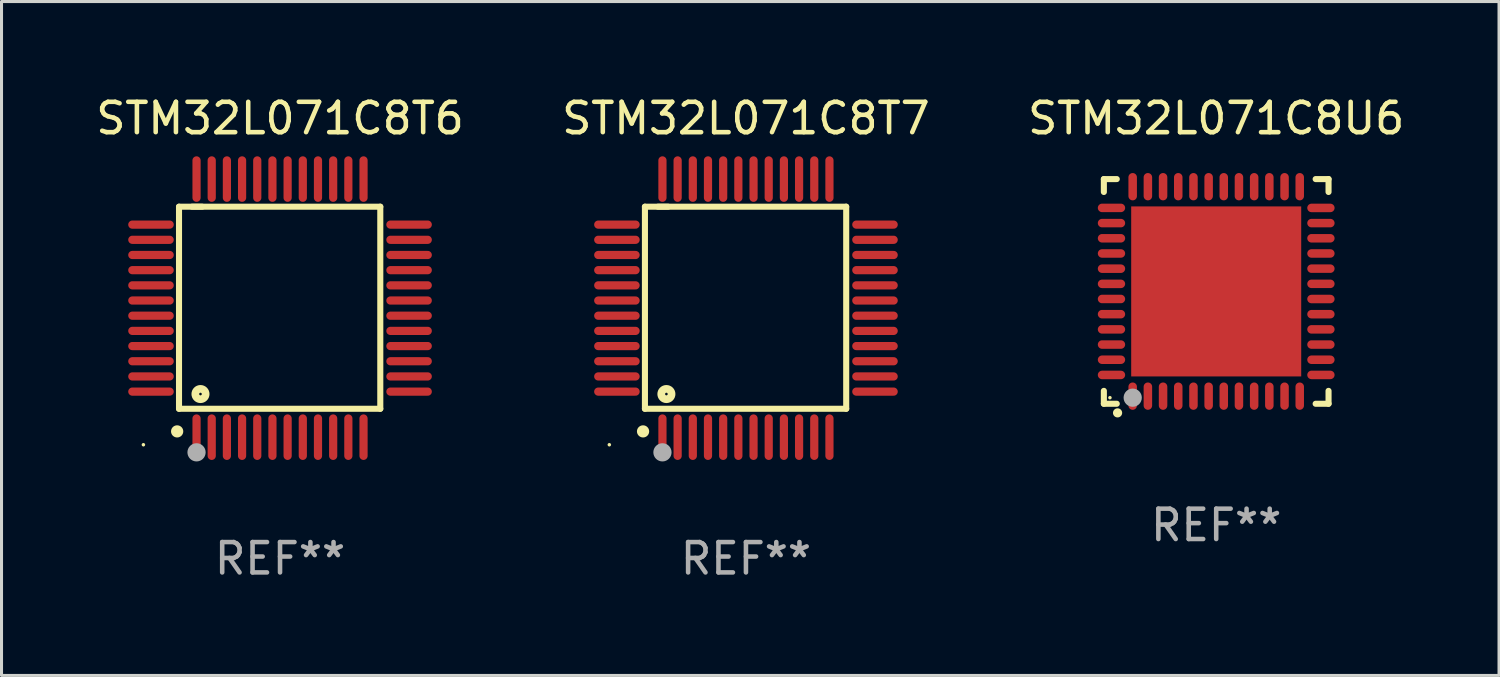
<source format=kicad_pcb>
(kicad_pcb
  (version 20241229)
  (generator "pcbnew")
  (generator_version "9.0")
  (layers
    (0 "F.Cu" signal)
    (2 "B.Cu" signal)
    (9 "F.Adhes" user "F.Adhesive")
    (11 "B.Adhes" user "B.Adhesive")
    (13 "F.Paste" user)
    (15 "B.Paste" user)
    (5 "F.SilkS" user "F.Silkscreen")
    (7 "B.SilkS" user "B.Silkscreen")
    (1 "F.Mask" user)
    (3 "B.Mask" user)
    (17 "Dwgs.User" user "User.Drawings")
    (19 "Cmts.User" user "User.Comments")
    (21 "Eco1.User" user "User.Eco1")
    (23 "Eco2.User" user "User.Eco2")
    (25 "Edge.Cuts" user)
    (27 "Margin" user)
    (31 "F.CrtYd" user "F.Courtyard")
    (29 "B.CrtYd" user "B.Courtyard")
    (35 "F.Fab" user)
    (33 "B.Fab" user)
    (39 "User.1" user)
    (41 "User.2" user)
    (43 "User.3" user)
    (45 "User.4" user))
  (footprint "STM32L071C8T6"
    (layer "F.Cu")
    (at 6.173 7.098)
    (property "Reference" "STM32L071C8T6" (at 0 -6.25 0) (layer "F.SilkS") (effects (font (size 1 1) (thickness 0.15))))
    (attr through_hole)
    (fp_line (start -3.327 -3.34) (end -2.565 -3.34) (stroke (width 0.2) (type solid)) (layer "F.SilkS"))
    (fp_line (start -3.327 3.315) (end -3.327 -3.34) (stroke (width 0.2) (type solid)) (layer "F.SilkS"))
    (fp_line (start -2.896 -3.34) (end 3.302 -3.34) (stroke (width 0.2) (type solid)) (layer "F.SilkS"))
    (fp_line (start 3.302 -3.34) (end 3.302 3.315) (stroke (width 0.2) (type solid)) (layer "F.SilkS"))
    (fp_line (start 3.302 3.315) (end -3.327 3.315) (stroke (width 0.2) (type solid)) (layer "F.SilkS"))
    (fp_arc (start -3.389992 4.059995) (mid -3.388722 4.059991) (end -3.387452 4.059995) (stroke (width 0.4) (type solid)) (layer "F.SilkS"))
    (fp_circle (center -4.5 4.5) (end -4.47 4.5) (stroke (width 0.06) (type solid)) (fill no) (layer "F.SilkS"))
    (fp_circle (center -2.62 2.83) (end -2.45 2.83) (stroke (width 0.254) (type solid)) (fill no) (layer "F.SilkS"))
    (fp_circle (center -2.75 4.75) (end -2.6 4.75) (stroke (width 0.3) (type solid)) (fill no) (layer "F.Fab"))
    (fp_text user "REF**" (at 0 8.25 0) (layer "F.Fab") (effects (font (size 1 1) (thickness 0.15))))
    (pad "1" smd oval (at -2.75 4.25) (size 0.27 1.5) (layers "F.Cu" "F.Mask" "F.Paste"))
    (pad "2" smd oval (at -2.25 4.25) (size 0.27 1.5) (layers "F.Cu" "F.Mask" "F.Paste"))
    (pad "3" smd oval (at -1.75 4.25) (size 0.27 1.5) (layers "F.Cu" "F.Mask" "F.Paste"))
    (pad "4" smd oval (at -1.25 4.25) (size 0.27 1.5) (layers "F.Cu" "F.Mask" "F.Paste"))
    (pad "5" smd oval (at -0.75 4.25) (size 0.27 1.5) (layers "F.Cu" "F.Mask" "F.Paste"))
    (pad "6" smd oval (at -0.25 4.25) (size 0.27 1.5) (layers "F.Cu" "F.Mask" "F.Paste"))
    (pad "7" smd oval (at 0.25 4.25) (size 0.27 1.5) (layers "F.Cu" "F.Mask" "F.Paste"))
    (pad "8" smd oval (at 0.75 4.25) (size 0.27 1.5) (layers "F.Cu" "F.Mask" "F.Paste"))
    (pad "9" smd oval (at 1.25 4.25) (size 0.27 1.5) (layers "F.Cu" "F.Mask" "F.Paste"))
    (pad "10" smd oval (at 1.75 4.25) (size 0.27 1.5) (layers "F.Cu" "F.Mask" "F.Paste"))
    (pad "11" smd oval (at 2.25 4.25) (size 0.27 1.5) (layers "F.Cu" "F.Mask" "F.Paste"))
    (pad "12" smd oval (at 2.75 4.25) (size 0.27 1.5) (layers "F.Cu" "F.Mask" "F.Paste"))
    (pad "13" smd oval (at 4.25 2.75) (size 1.5 0.27) (layers "F.Cu" "F.Mask" "F.Paste"))
    (pad "14" smd oval (at 4.25 2.25) (size 1.5 0.27) (layers "F.Cu" "F.Mask" "F.Paste"))
    (pad "15" smd oval (at 4.25 1.75) (size 1.5 0.27) (layers "F.Cu" "F.Mask" "F.Paste"))
    (pad "16" smd oval (at 4.25 1.25) (size 1.5 0.27) (layers "F.Cu" "F.Mask" "F.Paste"))
    (pad "17" smd oval (at 4.25 0.75) (size 1.5 0.27) (layers "F.Cu" "F.Mask" "F.Paste"))
    (pad "18" smd oval (at 4.25 0.25) (size 1.5 0.27) (layers "F.Cu" "F.Mask" "F.Paste"))
    (pad "19" smd oval (at 4.25 -0.25) (size 1.5 0.27) (layers "F.Cu" "F.Mask" "F.Paste"))
    (pad "20" smd oval (at 4.25 -0.75) (size 1.5 0.27) (layers "F.Cu" "F.Mask" "F.Paste"))
    (pad "21" smd oval (at 4.25 -1.25) (size 1.5 0.27) (layers "F.Cu" "F.Mask" "F.Paste"))
    (pad "22" smd oval (at 4.25 -1.75) (size 1.5 0.27) (layers "F.Cu" "F.Mask" "F.Paste"))
    (pad "23" smd oval (at 4.25 -2.25) (size 1.5 0.27) (layers "F.Cu" "F.Mask" "F.Paste"))
    (pad "24" smd oval (at 4.25 -2.75) (size 1.5 0.27) (layers "F.Cu" "F.Mask" "F.Paste"))
    (pad "25" smd oval (at 2.75 -4.25) (size 0.27 1.5) (layers "F.Cu" "F.Mask" "F.Paste"))
    (pad "26" smd oval (at 2.25 -4.25) (size 0.27 1.5) (layers "F.Cu" "F.Mask" "F.Paste"))
    (pad "27" smd oval (at 1.75 -4.25) (size 0.27 1.5) (layers "F.Cu" "F.Mask" "F.Paste"))
    (pad "28" smd oval (at 1.25 -4.25) (size 0.27 1.5) (layers "F.Cu" "F.Mask" "F.Paste"))
    (pad "29" smd oval (at 0.75 -4.25) (size 0.27 1.5) (layers "F.Cu" "F.Mask" "F.Paste"))
    (pad "30" smd oval (at 0.25 -4.25) (size 0.27 1.5) (layers "F.Cu" "F.Mask" "F.Paste"))
    (pad "31" smd oval (at -0.25 -4.25) (size 0.27 1.5) (layers "F.Cu" "F.Mask" "F.Paste"))
    (pad "32" smd oval (at -0.75 -4.25) (size 0.27 1.5) (layers "F.Cu" "F.Mask" "F.Paste"))
    (pad "33" smd oval (at -1.25 -4.25) (size 0.27 1.5) (layers "F.Cu" "F.Mask" "F.Paste"))
    (pad "34" smd oval (at -1.75 -4.25) (size 0.27 1.5) (layers "F.Cu" "F.Mask" "F.Paste"))
    (pad "35" smd oval (at -2.25 -4.25) (size 0.27 1.5) (layers "F.Cu" "F.Mask" "F.Paste"))
    (pad "36" smd oval (at -2.75 -4.25) (size 0.27 1.5) (layers "F.Cu" "F.Mask" "F.Paste"))
    (pad "37" smd oval (at -4.25 -2.75) (size 1.5 0.27) (layers "F.Cu" "F.Mask" "F.Paste"))
    (pad "38" smd oval (at -4.25 -2.25) (size 1.5 0.27) (layers "F.Cu" "F.Mask" "F.Paste"))
    (pad "39" smd oval (at -4.25 -1.75) (size 1.5 0.27) (layers "F.Cu" "F.Mask" "F.Paste"))
    (pad "40" smd oval (at -4.25 -1.25) (size 1.5 0.27) (layers "F.Cu" "F.Mask" "F.Paste"))
    (pad "41" smd oval (at -4.25 -0.75) (size 1.5 0.27) (layers "F.Cu" "F.Mask" "F.Paste"))
    (pad "42" smd oval (at -4.25 -0.25) (size 1.5 0.27) (layers "F.Cu" "F.Mask" "F.Paste"))
    (pad "43" smd oval (at -4.25 0.25) (size 1.5 0.27) (layers "F.Cu" "F.Mask" "F.Paste"))
    (pad "44" smd oval (at -4.25 0.75) (size 1.5 0.27) (layers "F.Cu" "F.Mask" "F.Paste"))
    (pad "45" smd oval (at -4.25 1.25) (size 1.5 0.27) (layers "F.Cu" "F.Mask" "F.Paste"))
    (pad "46" smd oval (at -4.25 1.75) (size 1.5 0.27) (layers "F.Cu" "F.Mask" "F.Paste"))
    (pad "47" smd oval (at -4.25 2.25) (size 1.5 0.27) (layers "F.Cu" "F.Mask" "F.Paste"))
    (pad "48" smd oval (at -4.25 2.75) (size 1.5 0.27) (layers "F.Cu" "F.Mask" "F.Paste")))
  (footprint "STM32L071C8U6"
    (layer "F.Cu")
    (at 37.006 6.548)
    (property "Reference" "STM32L071C8U6" (at 0 -5.7 0) (layer "F.SilkS") (effects (font (size 1 1) (thickness 0.15))))
    (attr through_hole)
    (fp_line (start -3.7 -3.7) (end -3.275 -3.7) (stroke (width 0.2) (type solid)) (layer "F.SilkS"))
    (fp_line (start -3.7 -3.275) (end -3.7 -3.7) (stroke (width 0.2) (type solid)) (layer "F.SilkS"))
    (fp_line (start -3.7 3.7) (end -3.7 3.275) (stroke (width 0.2) (type solid)) (layer "F.SilkS"))
    (fp_line (start -3.275 3.7) (end -3.7 3.7) (stroke (width 0.2) (type solid)) (layer "F.SilkS"))
    (fp_line (start 3.7 -3.7) (end 3.275 -3.7) (stroke (width 0.2) (type solid)) (layer "F.SilkS"))
    (fp_line (start 3.7 -3.275) (end 3.7 -3.7) (stroke (width 0.2) (type solid)) (layer "F.SilkS"))
    (fp_line (start 3.7 3.275) (end 3.7 3.7) (stroke (width 0.2) (type solid)) (layer "F.SilkS"))
    (fp_line (start 3.7 3.7) (end 3.275 3.7) (stroke (width 0.2) (type solid)) (layer "F.SilkS"))
    (fp_arc (start -3.249936 3.999975) (mid -3.248666 3.99997) (end -3.247396 3.999975) (stroke (width 0.3) (type solid)) (layer "F.SilkS"))
    (fp_circle (center -3.5 3.5) (end -3.47 3.5) (stroke (width 0.06) (type solid)) (fill no) (layer "F.SilkS"))
    (fp_circle (center -2.75 3.5) (end -2.6 3.5) (stroke (width 0.3) (type solid)) (fill no) (layer "F.Fab"))
    (fp_text user "REF**" (at 0 7.7 0) (layer "F.Fab") (effects (font (size 1 1) (thickness 0.15))))
    (pad "1" smd oval (at -2.751 3.449) (size 0.28 0.9) (layers "F.Cu" "F.Mask" "F.Paste"))
    (pad "2" smd oval (at -2.25 3.449) (size 0.28 0.9) (layers "F.Cu" "F.Mask" "F.Paste"))
    (pad "3" smd oval (at -1.75 3.449) (size 0.28 0.9) (layers "F.Cu" "F.Mask" "F.Paste"))
    (pad "4" smd oval (at -1.25 3.449) (size 0.28 0.9) (layers "F.Cu" "F.Mask" "F.Paste"))
    (pad "5" smd oval (at -0.749 3.449) (size 0.28 0.9) (layers "F.Cu" "F.Mask" "F.Paste"))
    (pad "6" smd oval (at -0.249 3.449) (size 0.28 0.9) (layers "F.Cu" "F.Mask" "F.Paste"))
    (pad "7" smd oval (at 0.249 3.449) (size 0.28 0.9) (layers "F.Cu" "F.Mask" "F.Paste"))
    (pad "8" smd oval (at 0.749 3.449) (size 0.28 0.9) (layers "F.Cu" "F.Mask" "F.Paste"))
    (pad "9" smd oval (at 1.25 3.449) (size 0.28 0.9) (layers "F.Cu" "F.Mask" "F.Paste"))
    (pad "10" smd oval (at 1.75 3.449) (size 0.28 0.9) (layers "F.Cu" "F.Mask" "F.Paste"))
    (pad "11" smd oval (at 2.251 3.449) (size 0.28 0.9) (layers "F.Cu" "F.Mask" "F.Paste"))
    (pad "12" smd oval (at 2.751 3.449) (size 0.28 0.9) (layers "F.Cu" "F.Mask" "F.Paste"))
    (pad "13" smd oval (at 3.449 2.75) (size 0.9 0.28) (layers "F.Cu" "F.Mask" "F.Paste"))
    (pad "14" smd oval (at 3.449 2.25) (size 0.9 0.28) (layers "F.Cu" "F.Mask" "F.Paste"))
    (pad "15" smd oval (at 3.449 1.75) (size 0.9 0.28) (layers "F.Cu" "F.Mask" "F.Paste"))
    (pad "16" smd oval (at 3.449 1.25) (size 0.9 0.28) (layers "F.Cu" "F.Mask" "F.Paste"))
    (pad "17" smd oval (at 3.449 0.75) (size 0.9 0.28) (layers "F.Cu" "F.Mask" "F.Paste"))
    (pad "18" smd oval (at 3.449 0.25) (size 0.9 0.28) (layers "F.Cu" "F.Mask" "F.Paste"))
    (pad "19" smd oval (at 3.449 -0.25) (size 0.9 0.28) (layers "F.Cu" "F.Mask" "F.Paste"))
    (pad "20" smd oval (at 3.449 -0.75) (size 0.9 0.28) (layers "F.Cu" "F.Mask" "F.Paste"))
    (pad "21" smd oval (at 3.449 -1.25) (size 0.9 0.28) (layers "F.Cu" "F.Mask" "F.Paste"))
    (pad "22" smd oval (at 3.449 -1.75) (size 0.9 0.28) (layers "F.Cu" "F.Mask" "F.Paste"))
    (pad "23" smd oval (at 3.449 -2.25) (size 0.9 0.28) (layers "F.Cu" "F.Mask" "F.Paste"))
    (pad "24" smd oval (at 3.449 -2.75) (size 0.9 0.28) (layers "F.Cu" "F.Mask" "F.Paste"))
    (pad "25" smd oval (at 2.751 -3.449) (size 0.28 0.9) (layers "F.Cu" "F.Mask" "F.Paste"))
    (pad "26" smd oval (at 2.251 -3.449) (size 0.28 0.9) (layers "F.Cu" "F.Mask" "F.Paste"))
    (pad "27" smd oval (at 1.75 -3.449) (size 0.28 0.9) (layers "F.Cu" "F.Mask" "F.Paste"))
    (pad "28" smd oval (at 1.25 -3.449) (size 0.28 0.9) (layers "F.Cu" "F.Mask" "F.Paste"))
    (pad "29" smd oval (at 0.749 -3.449) (size 0.28 0.9) (layers "F.Cu" "F.Mask" "F.Paste"))
    (pad "30" smd oval (at 0.249 -3.449) (size 0.28 0.9) (layers "F.Cu" "F.Mask" "F.Paste"))
    (pad "31" smd oval (at -0.249 -3.449) (size 0.28 0.9) (layers "F.Cu" "F.Mask" "F.Paste"))
    (pad "32" smd oval (at -0.749 -3.449) (size 0.28 0.9) (layers "F.Cu" "F.Mask" "F.Paste"))
    (pad "33" smd oval (at -1.25 -3.449) (size 0.28 0.9) (layers "F.Cu" "F.Mask" "F.Paste"))
    (pad "34" smd oval (at -1.75 -3.449) (size 0.28 0.9) (layers "F.Cu" "F.Mask" "F.Paste"))
    (pad "35" smd oval (at -2.25 -3.449) (size 0.28 0.9) (layers "F.Cu" "F.Mask" "F.Paste"))
    (pad "36" smd oval (at -2.751 -3.449) (size 0.28 0.9) (layers "F.Cu" "F.Mask" "F.Paste"))
    (pad "37" smd oval (at -3.449 -2.751) (size 0.9 0.28) (layers "F.Cu" "F.Mask" "F.Paste"))
    (pad "38" smd oval (at -3.449 -2.25) (size 0.9 0.28) (layers "F.Cu" "F.Mask" "F.Paste"))
    (pad "39" smd oval (at -3.449 -1.75) (size 0.9 0.28) (layers "F.Cu" "F.Mask" "F.Paste"))
    (pad "40" smd oval (at -3.449 -1.25) (size 0.9 0.28) (layers "F.Cu" "F.Mask" "F.Paste"))
    (pad "41" smd oval (at -3.449 -0.749) (size 0.9 0.28) (layers "F.Cu" "F.Mask" "F.Paste"))
    (pad "42" smd oval (at -3.449 -0.249) (size 0.9 0.28) (layers "F.Cu" "F.Mask" "F.Paste"))
    (pad "43" smd oval (at -3.449 0.249) (size 0.9 0.28) (layers "F.Cu" "F.Mask" "F.Paste"))
    (pad "44" smd oval (at -3.449 0.749) (size 0.9 0.28) (layers "F.Cu" "F.Mask" "F.Paste"))
    (pad "45" smd oval (at -3.449 1.25) (size 0.9 0.28) (layers "F.Cu" "F.Mask" "F.Paste"))
    (pad "46" smd oval (at -3.449 1.75) (size 0.9 0.28) (layers "F.Cu" "F.Mask" "F.Paste"))
    (pad "47" smd oval (at -3.449 2.25) (size 0.9 0.28) (layers "F.Cu" "F.Mask" "F.Paste"))
    (pad "48" smd oval (at -3.449 2.751) (size 0.9 0.28) (layers "F.Cu" "F.Mask" "F.Paste"))
    (pad "49" smd rect (at 0.000076 -0.000025) (size 5.6 5.6) (layers "F.Cu" "F.Mask" "F.Paste")))
  (footprint "STM32L071C8T7"
    (layer "F.Cu")
    (at 21.518 7.098)
    (property "Reference" "STM32L071C8T7" (at 0 -6.25 0) (layer "F.SilkS") (effects (font (size 1 1) (thickness 0.15))))
    (attr through_hole)
    (fp_line (start -3.327 -3.34) (end -2.565 -3.34) (stroke (width 0.2) (type solid)) (layer "F.SilkS"))
    (fp_line (start -3.327 3.315) (end -3.327 -3.34) (stroke (width 0.2) (type solid)) (layer "F.SilkS"))
    (fp_line (start -2.896 -3.34) (end 3.302 -3.34) (stroke (width 0.2) (type solid)) (layer "F.SilkS"))
    (fp_line (start 3.302 -3.34) (end 3.302 3.315) (stroke (width 0.2) (type solid)) (layer "F.SilkS"))
    (fp_line (start 3.302 3.315) (end -3.327 3.315) (stroke (width 0.2) (type solid)) (layer "F.SilkS"))
    (fp_arc (start -3.389992 4.059995) (mid -3.388722 4.059991) (end -3.387452 4.059995) (stroke (width 0.4) (type solid)) (layer "F.SilkS"))
    (fp_circle (center -4.5 4.5) (end -4.47 4.5) (stroke (width 0.06) (type solid)) (fill no) (layer "F.SilkS"))
    (fp_circle (center -2.62 2.83) (end -2.45 2.83) (stroke (width 0.254) (type solid)) (fill no) (layer "F.SilkS"))
    (fp_circle (center -2.75 4.75) (end -2.6 4.75) (stroke (width 0.3) (type solid)) (fill no) (layer "F.Fab"))
    (fp_text user "REF**" (at 0 8.25 0) (layer "F.Fab") (effects (font (size 1 1) (thickness 0.15))))
    (pad "1" smd oval (at -2.75 4.25) (size 0.27 1.5) (layers "F.Cu" "F.Mask" "F.Paste"))
    (pad "2" smd oval (at -2.25 4.25) (size 0.27 1.5) (layers "F.Cu" "F.Mask" "F.Paste"))
    (pad "3" smd oval (at -1.75 4.25) (size 0.27 1.5) (layers "F.Cu" "F.Mask" "F.Paste"))
    (pad "4" smd oval (at -1.25 4.25) (size 0.27 1.5) (layers "F.Cu" "F.Mask" "F.Paste"))
    (pad "5" smd oval (at -0.75 4.25) (size 0.27 1.5) (layers "F.Cu" "F.Mask" "F.Paste"))
    (pad "6" smd oval (at -0.25 4.25) (size 0.27 1.5) (layers "F.Cu" "F.Mask" "F.Paste"))
    (pad "7" smd oval (at 0.25 4.25) (size 0.27 1.5) (layers "F.Cu" "F.Mask" "F.Paste"))
    (pad "8" smd oval (at 0.75 4.25) (size 0.27 1.5) (layers "F.Cu" "F.Mask" "F.Paste"))
    (pad "9" smd oval (at 1.25 4.25) (size 0.27 1.5) (layers "F.Cu" "F.Mask" "F.Paste"))
    (pad "10" smd oval (at 1.75 4.25) (size 0.27 1.5) (layers "F.Cu" "F.Mask" "F.Paste"))
    (pad "11" smd oval (at 2.25 4.25) (size 0.27 1.5) (layers "F.Cu" "F.Mask" "F.Paste"))
    (pad "12" smd oval (at 2.75 4.25) (size 0.27 1.5) (layers "F.Cu" "F.Mask" "F.Paste"))
    (pad "13" smd oval (at 4.25 2.75) (size 1.5 0.27) (layers "F.Cu" "F.Mask" "F.Paste"))
    (pad "14" smd oval (at 4.25 2.25) (size 1.5 0.27) (layers "F.Cu" "F.Mask" "F.Paste"))
    (pad "15" smd oval (at 4.25 1.75) (size 1.5 0.27) (layers "F.Cu" "F.Mask" "F.Paste"))
    (pad "16" smd oval (at 4.25 1.25) (size 1.5 0.27) (layers "F.Cu" "F.Mask" "F.Paste"))
    (pad "17" smd oval (at 4.25 0.75) (size 1.5 0.27) (layers "F.Cu" "F.Mask" "F.Paste"))
    (pad "18" smd oval (at 4.25 0.25) (size 1.5 0.27) (layers "F.Cu" "F.Mask" "F.Paste"))
    (pad "19" smd oval (at 4.25 -0.25) (size 1.5 0.27) (layers "F.Cu" "F.Mask" "F.Paste"))
    (pad "20" smd oval (at 4.25 -0.75) (size 1.5 0.27) (layers "F.Cu" "F.Mask" "F.Paste"))
    (pad "21" smd oval (at 4.25 -1.25) (size 1.5 0.27) (layers "F.Cu" "F.Mask" "F.Paste"))
    (pad "22" smd oval (at 4.25 -1.75) (size 1.5 0.27) (layers "F.Cu" "F.Mask" "F.Paste"))
    (pad "23" smd oval (at 4.25 -2.25) (size 1.5 0.27) (layers "F.Cu" "F.Mask" "F.Paste"))
    (pad "24" smd oval (at 4.25 -2.75) (size 1.5 0.27) (layers "F.Cu" "F.Mask" "F.Paste"))
    (pad "25" smd oval (at 2.75 -4.25) (size 0.27 1.5) (layers "F.Cu" "F.Mask" "F.Paste"))
    (pad "26" smd oval (at 2.25 -4.25) (size 0.27 1.5) (layers "F.Cu" "F.Mask" "F.Paste"))
    (pad "27" smd oval (at 1.75 -4.25) (size 0.27 1.5) (layers "F.Cu" "F.Mask" "F.Paste"))
    (pad "28" smd oval (at 1.25 -4.25) (size 0.27 1.5) (layers "F.Cu" "F.Mask" "F.Paste"))
    (pad "29" smd oval (at 0.75 -4.25) (size 0.27 1.5) (layers "F.Cu" "F.Mask" "F.Paste"))
    (pad "30" smd oval (at 0.25 -4.25) (size 0.27 1.5) (layers "F.Cu" "F.Mask" "F.Paste"))
    (pad "31" smd oval (at -0.25 -4.25) (size 0.27 1.5) (layers "F.Cu" "F.Mask" "F.Paste"))
    (pad "32" smd oval (at -0.75 -4.25) (size 0.27 1.5) (layers "F.Cu" "F.Mask" "F.Paste"))
    (pad "33" smd oval (at -1.25 -4.25) (size 0.27 1.5) (layers "F.Cu" "F.Mask" "F.Paste"))
    (pad "34" smd oval (at -1.75 -4.25) (size 0.27 1.5) (layers "F.Cu" "F.Mask" "F.Paste"))
    (pad "35" smd oval (at -2.25 -4.25) (size 0.27 1.5) (layers "F.Cu" "F.Mask" "F.Paste"))
    (pad "36" smd oval (at -2.75 -4.25) (size 0.27 1.5) (layers "F.Cu" "F.Mask" "F.Paste"))
    (pad "37" smd oval (at -4.25 -2.75) (size 1.5 0.27) (layers "F.Cu" "F.Mask" "F.Paste"))
    (pad "38" smd oval (at -4.25 -2.25) (size 1.5 0.27) (layers "F.Cu" "F.Mask" "F.Paste"))
    (pad "39" smd oval (at -4.25 -1.75) (size 1.5 0.27) (layers "F.Cu" "F.Mask" "F.Paste"))
    (pad "40" smd oval (at -4.25 -1.25) (size 1.5 0.27) (layers "F.Cu" "F.Mask" "F.Paste"))
    (pad "41" smd oval (at -4.25 -0.75) (size 1.5 0.27) (layers "F.Cu" "F.Mask" "F.Paste"))
    (pad "42" smd oval (at -4.25 -0.25) (size 1.5 0.27) (layers "F.Cu" "F.Mask" "F.Paste"))
    (pad "43" smd oval (at -4.25 0.25) (size 1.5 0.27) (layers "F.Cu" "F.Mask" "F.Paste"))
    (pad "44" smd oval (at -4.25 0.75) (size 1.5 0.27) (layers "F.Cu" "F.Mask" "F.Paste"))
    (pad "45" smd oval (at -4.25 1.25) (size 1.5 0.27) (layers "F.Cu" "F.Mask" "F.Paste"))
    (pad "46" smd oval (at -4.25 1.75) (size 1.5 0.27) (layers "F.Cu" "F.Mask" "F.Paste"))
    (pad "47" smd oval (at -4.25 2.25) (size 1.5 0.27) (layers "F.Cu" "F.Mask" "F.Paste"))
    (pad "48" smd oval (at -4.25 2.75) (size 1.5 0.27) (layers "F.Cu" "F.Mask" "F.Paste")))
  (gr_rect
    (start -3 -3)
    (end 46.321 19.196)
    (stroke (width 0.1) (type default))
    (fill no)
    (layer "Edge.Cuts")))
</source>
